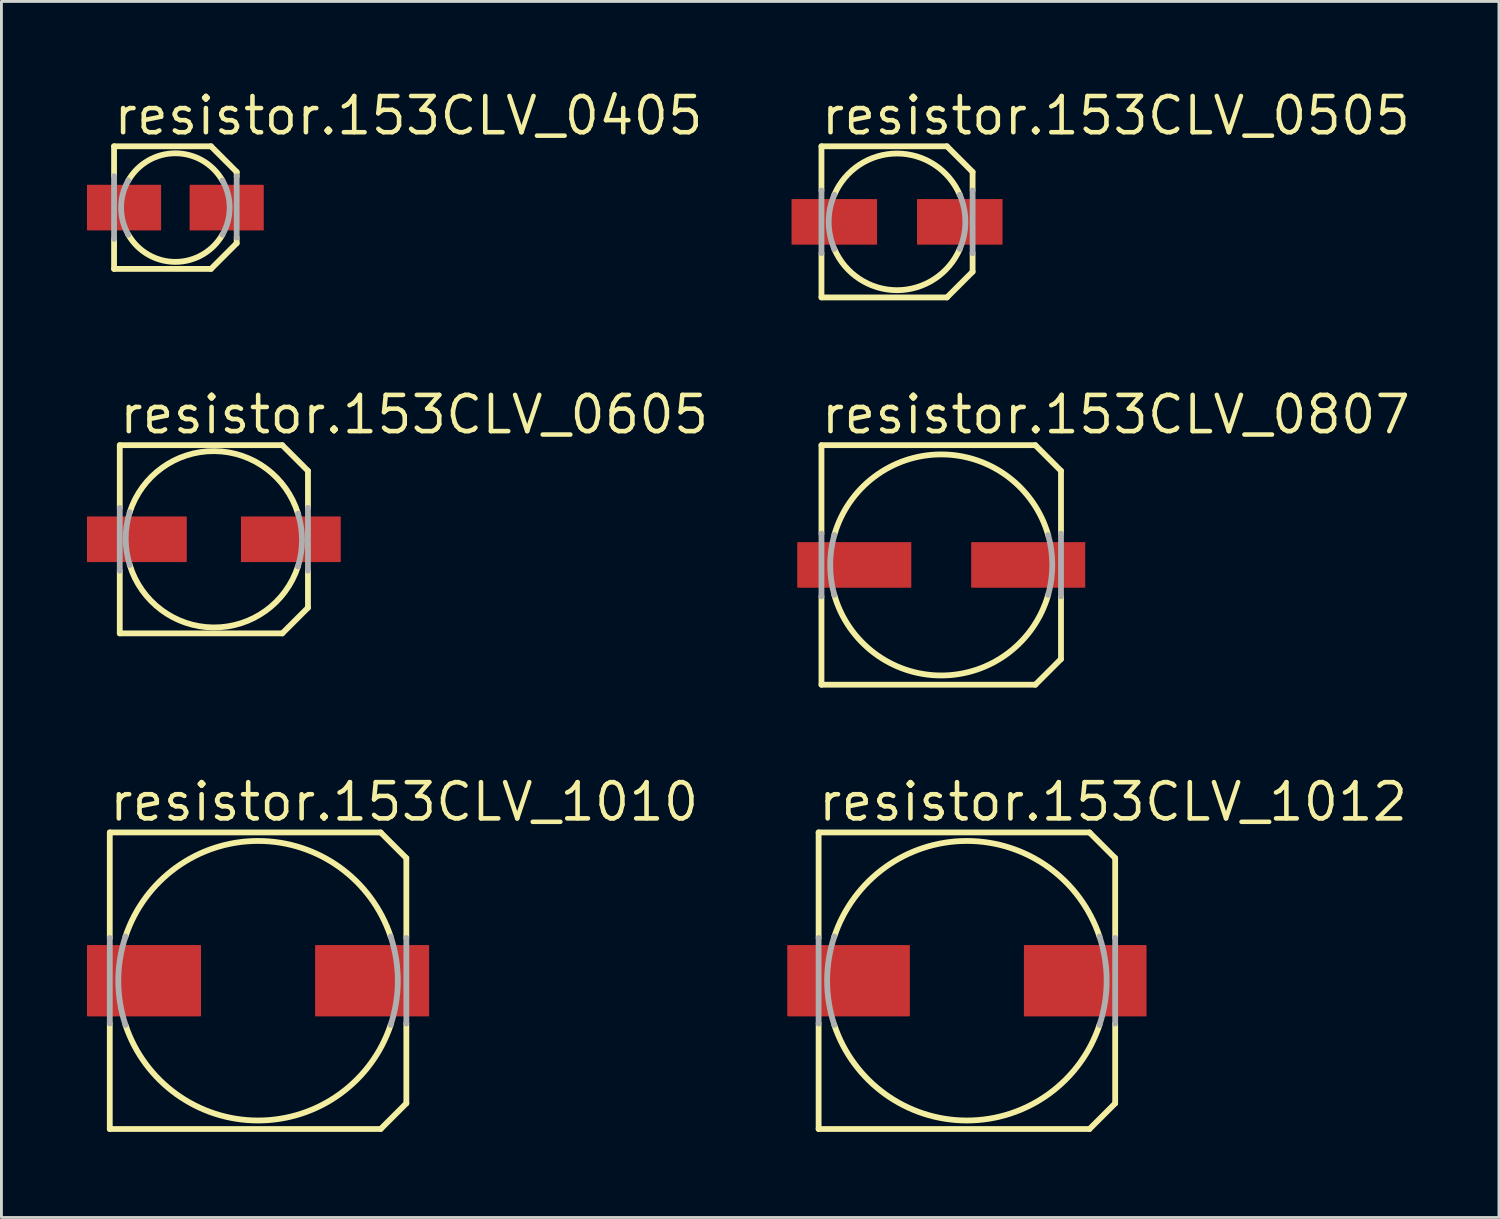
<source format=kicad_pcb>
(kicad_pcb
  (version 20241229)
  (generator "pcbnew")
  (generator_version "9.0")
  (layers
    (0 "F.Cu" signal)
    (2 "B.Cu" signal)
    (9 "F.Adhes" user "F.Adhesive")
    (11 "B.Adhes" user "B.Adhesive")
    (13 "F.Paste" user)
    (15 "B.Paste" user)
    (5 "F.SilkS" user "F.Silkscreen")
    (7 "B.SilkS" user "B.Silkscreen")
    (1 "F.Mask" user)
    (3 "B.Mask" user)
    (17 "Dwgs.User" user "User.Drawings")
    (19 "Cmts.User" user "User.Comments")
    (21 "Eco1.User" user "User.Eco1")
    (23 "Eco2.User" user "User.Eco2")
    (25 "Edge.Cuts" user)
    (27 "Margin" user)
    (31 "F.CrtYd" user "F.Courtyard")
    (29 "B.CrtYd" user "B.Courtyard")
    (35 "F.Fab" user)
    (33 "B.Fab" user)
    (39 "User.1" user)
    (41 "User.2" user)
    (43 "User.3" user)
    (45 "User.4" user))
  (footprint "resistor.153CLV_0405"
    (layer "F.Cu")
    (at 3.1 4.23)
    (property "Reference" "resistor.153CLV_0405" (at -2.24 -2.48 0) (layer "F.SilkS") (effects (font (size 1.27 1.27) (thickness 0.16)) (justify left bottom)))
    (attr smd)
    (fp_line (start -2.15 -2.15) (end 1.25 -2.15) (stroke (width 0.203) (type default)) (layer "F.SilkS"))
    (fp_line (start -2.15 -1.1) (end -2.15 -2.15) (stroke (width 0.203) (type default)) (layer "F.SilkS"))
    (fp_line (start -2.15 2.15) (end -2.15 1.1) (stroke (width 0.203) (type default)) (layer "F.SilkS"))
    (fp_line (start 1.25 -2.15) (end 2.15 -1.25) (stroke (width 0.203) (type default)) (layer "F.SilkS"))
    (fp_line (start 1.25 2.15) (end -2.15 2.15) (stroke (width 0.203) (type default)) (layer "F.SilkS"))
    (fp_line (start 2.15 -1.25) (end 2.15 -1.1) (stroke (width 0.203) (type default)) (layer "F.SilkS"))
    (fp_line (start 2.15 1.05) (end 2.15 1.25) (stroke (width 0.203) (type default)) (layer "F.SilkS"))
    (fp_line (start 2.15 1.25) (end 1.25 2.15) (stroke (width 0.203) (type default)) (layer "F.SilkS"))
    (fp_arc (start -1.65 -0.95) (mid 0 -1.903943) (end 1.65 -0.95) (stroke (width 0.2032) (type default)) (layer "F.SilkS"))
    (fp_arc (start 1.65 0.95) (mid 0 1.903943) (end -1.65 0.95) (stroke (width 0.2032) (type default)) (layer "F.SilkS"))
    (fp_line (start -2.15 1.1) (end -2.15 -1.1) (stroke (width 0.203) (type default)) (layer "F.Fab"))
    (fp_line (start 2.15 -1.1) (end 2.15 1.05) (stroke (width 0.203) (type default)) (layer "F.Fab"))
    (fp_arc (start -1.65 0.95) (mid -1.903943 0) (end -1.65 -0.95) (stroke (width 0.2032) (type default)) (layer "F.Fab"))
    (fp_arc (start 1.65 -0.95) (mid 1.903943 0) (end 1.65 0.95) (stroke (width 0.2032) (type default)) (layer "F.Fab"))
    (pad "+" smd roundrect (at 1.8 0) (size 2.6 1.6) (layers "F.Cu" "F.Mask" "F.Paste") (roundrect_rratio 0.01))
    (pad "-" smd roundrect (at -1.8 0) (size 2.6 1.6) (layers "F.Cu" "F.Mask" "F.Paste") (roundrect_rratio 0.01)))
  (footprint "resistor.153CLV_1010"
    (layer "F.Cu")
    (at 6 31.343)
    (property "Reference" "resistor.153CLV_1010" (at -5.29 -5.53 0) (layer "F.SilkS") (effects (font (size 1.27 1.27) (thickness 0.16)) (justify left bottom)))
    (attr smd)
    (fp_line (start -5.2 -5.2) (end 4.3 -5.2) (stroke (width 0.203) (type default)) (layer "F.SilkS"))
    (fp_line (start -5.2 -1.5) (end -5.2 -5.2) (stroke (width 0.203) (type default)) (layer "F.SilkS"))
    (fp_line (start -5.2 5.2) (end -5.2 1.5) (stroke (width 0.203) (type default)) (layer "F.SilkS"))
    (fp_line (start 4.3 -5.2) (end 5.2 -4.3) (stroke (width 0.203) (type default)) (layer "F.SilkS"))
    (fp_line (start 4.3 5.2) (end -5.2 5.2) (stroke (width 0.203) (type default)) (layer "F.SilkS"))
    (fp_line (start 5.2 -4.3) (end 5.2 -1.5) (stroke (width 0.203) (type default)) (layer "F.SilkS"))
    (fp_line (start 5.2 1.5) (end 5.2 4.3) (stroke (width 0.203) (type default)) (layer "F.SilkS"))
    (fp_line (start 5.2 4.3) (end 4.3 5.2) (stroke (width 0.203) (type default)) (layer "F.SilkS"))
    (fp_arc (start -4.65 -1.55) (mid 0 -4.90153) (end 4.65 -1.55) (stroke (width 0.2032) (type default)) (layer "F.SilkS"))
    (fp_arc (start 4.65 1.55) (mid 0 4.90153) (end -4.65 1.55) (stroke (width 0.2032) (type default)) (layer "F.SilkS"))
    (fp_line (start -5.2 1.5) (end -5.2 -1.5) (stroke (width 0.203) (type default)) (layer "F.Fab"))
    (fp_line (start 5.2 -1.5) (end 5.2 1.5) (stroke (width 0.203) (type default)) (layer "F.Fab"))
    (fp_arc (start -4.65 1.55) (mid -4.90153 0) (end -4.65 -1.55) (stroke (width 0.2032) (type default)) (layer "F.Fab"))
    (fp_arc (start 4.65 -1.55) (mid 4.90153 0) (end 4.65 1.55) (stroke (width 0.2032) (type default)) (layer "F.Fab"))
    (pad "+" smd roundrect (at 4 0) (size 4 2.5) (layers "F.Cu" "F.Mask" "F.Paste") (roundrect_rratio 0.01))
    (pad "-" smd roundrect (at -4 0) (size 4 2.5) (layers "F.Cu" "F.Mask" "F.Paste") (roundrect_rratio 0.01)))
  (footprint "resistor.153CLV_1012"
    (layer "F.Cu")
    (at 30.858 31.343)
    (property "Reference" "resistor.153CLV_1012" (at -5.29 -5.53 0) (layer "F.SilkS") (effects (font (size 1.27 1.27) (thickness 0.16)) (justify left bottom)))
    (attr smd)
    (fp_line (start -5.2 -5.2) (end 4.3 -5.2) (stroke (width 0.203) (type default)) (layer "F.SilkS"))
    (fp_line (start -5.2 -1.5) (end -5.2 -5.2) (stroke (width 0.203) (type default)) (layer "F.SilkS"))
    (fp_line (start -5.2 5.2) (end -5.2 1.5) (stroke (width 0.203) (type default)) (layer "F.SilkS"))
    (fp_line (start 4.3 -5.2) (end 5.2 -4.3) (stroke (width 0.203) (type default)) (layer "F.SilkS"))
    (fp_line (start 4.3 5.2) (end -5.2 5.2) (stroke (width 0.203) (type default)) (layer "F.SilkS"))
    (fp_line (start 5.2 -4.3) (end 5.2 -1.5) (stroke (width 0.203) (type default)) (layer "F.SilkS"))
    (fp_line (start 5.2 1.5) (end 5.2 4.3) (stroke (width 0.203) (type default)) (layer "F.SilkS"))
    (fp_line (start 5.2 4.3) (end 4.3 5.2) (stroke (width 0.203) (type default)) (layer "F.SilkS"))
    (fp_arc (start -4.65 -1.55) (mid 0 -4.90153) (end 4.65 -1.55) (stroke (width 0.2032) (type default)) (layer "F.SilkS"))
    (fp_arc (start 4.65 1.55) (mid 0 4.90153) (end -4.65 1.55) (stroke (width 0.2032) (type default)) (layer "F.SilkS"))
    (fp_line (start -5.2 1.5) (end -5.2 -1.5) (stroke (width 0.203) (type default)) (layer "F.Fab"))
    (fp_line (start 5.2 -1.5) (end 5.2 1.5) (stroke (width 0.203) (type default)) (layer "F.Fab"))
    (fp_arc (start -4.65 1.55) (mid -4.90153 0) (end -4.65 -1.55) (stroke (width 0.2032) (type default)) (layer "F.Fab"))
    (fp_arc (start 4.65 -1.55) (mid 4.90153 0) (end 4.65 1.55) (stroke (width 0.2032) (type default)) (layer "F.Fab"))
    (pad "+" smd roundrect (at 4.15 0) (size 4.3 2.5) (layers "F.Cu" "F.Mask" "F.Paste") (roundrect_rratio 0.01))
    (pad "-" smd roundrect (at -4.15 0) (size 4.3 2.5) (layers "F.Cu" "F.Mask" "F.Paste") (roundrect_rratio 0.01)))
  (footprint "resistor.153CLV_0807"
    (layer "F.Cu")
    (at 29.958 16.762)
    (property "Reference" "resistor.153CLV_0807" (at -4.29 -4.53 0) (layer "F.SilkS") (effects (font (size 1.27 1.27) (thickness 0.16)) (justify left bottom)))
    (attr smd)
    (fp_line (start -4.2 -4.2) (end 3.3 -4.2) (stroke (width 0.203) (type default)) (layer "F.SilkS"))
    (fp_line (start -4.2 -1.1) (end -4.2 -4.2) (stroke (width 0.203) (type default)) (layer "F.SilkS"))
    (fp_line (start -4.2 4.2) (end -4.2 1.1) (stroke (width 0.203) (type default)) (layer "F.SilkS"))
    (fp_line (start 3.3 -4.2) (end 4.2 -3.3) (stroke (width 0.203) (type default)) (layer "F.SilkS"))
    (fp_line (start 3.3 4.2) (end -4.2 4.2) (stroke (width 0.203) (type default)) (layer "F.SilkS"))
    (fp_line (start 4.2 -3.3) (end 4.2 -1.1) (stroke (width 0.203) (type default)) (layer "F.SilkS"))
    (fp_line (start 4.2 1.1) (end 4.2 3.3) (stroke (width 0.203) (type default)) (layer "F.SilkS"))
    (fp_line (start 4.2 3.3) (end 3.3 4.2) (stroke (width 0.203) (type default)) (layer "F.SilkS"))
    (fp_arc (start -3.75 -1.05) (mid 0 -3.876042) (end 3.75 -1.05) (stroke (width 0.2032) (type default)) (layer "F.SilkS"))
    (fp_arc (start 3.75 1.05) (mid 0 3.876042) (end -3.75 1.05) (stroke (width 0.2032) (type default)) (layer "F.SilkS"))
    (fp_line (start -4.2 1.1) (end -4.2 -1.1) (stroke (width 0.203) (type default)) (layer "F.Fab"))
    (fp_line (start 4.2 -1.1) (end 4.2 1.1) (stroke (width 0.203) (type default)) (layer "F.Fab"))
    (fp_arc (start -3.75 1.05) (mid -3.894226 0) (end -3.75 -1.05) (stroke (width 0.2032) (type default)) (layer "F.Fab"))
    (fp_arc (start 3.75 -1.05) (mid 3.894226 0) (end 3.75 1.05) (stroke (width 0.2032) (type default)) (layer "F.Fab"))
    (pad "+" smd roundrect (at 3.05 0) (size 4 1.6) (layers "F.Cu" "F.Mask" "F.Paste") (roundrect_rratio 0.01))
    (pad "-" smd roundrect (at -3.05 0) (size 4 1.6) (layers "F.Cu" "F.Mask" "F.Paste") (roundrect_rratio 0.01)))
  (footprint "resistor.153CLV_0605"
    (layer "F.Cu")
    (at 4.45 15.862)
    (property "Reference" "resistor.153CLV_0605" (at -3.39 -3.63 0) (layer "F.SilkS") (effects (font (size 1.27 1.27) (thickness 0.16)) (justify left bottom)))
    (attr smd)
    (fp_line (start -3.3 -3.3) (end 2.4 -3.3) (stroke (width 0.203) (type default)) (layer "F.SilkS"))
    (fp_line (start -3.3 -1.1) (end -3.3 -3.3) (stroke (width 0.203) (type default)) (layer "F.SilkS"))
    (fp_line (start -3.3 3.3) (end -3.3 1.1) (stroke (width 0.203) (type default)) (layer "F.SilkS"))
    (fp_line (start 2.4 -3.3) (end 3.3 -2.4) (stroke (width 0.203) (type default)) (layer "F.SilkS"))
    (fp_line (start 2.4 3.3) (end -3.3 3.3) (stroke (width 0.203) (type default)) (layer "F.SilkS"))
    (fp_line (start 3.3 -2.4) (end 3.3 -1.1) (stroke (width 0.203) (type default)) (layer "F.SilkS"))
    (fp_line (start 3.3 1.1) (end 3.3 2.4) (stroke (width 0.203) (type default)) (layer "F.SilkS"))
    (fp_line (start 3.3 2.4) (end 2.4 3.3) (stroke (width 0.203) (type default)) (layer "F.SilkS"))
    (fp_arc (start -2.95 -0.95) (mid 0.018361 -3.091622) (end 2.95 -0.9) (stroke (width 0.2032) (type default)) (layer "F.SilkS"))
    (fp_arc (start 2.95 0.95) (mid -0.018361 3.091622) (end -2.95 0.9) (stroke (width 0.2032) (type default)) (layer "F.SilkS"))
    (fp_line (start -3.3 1.1) (end -3.3 -1.1) (stroke (width 0.203) (type default)) (layer "F.Fab"))
    (fp_line (start 3.3 -1.1) (end 3.3 1.1) (stroke (width 0.203) (type default)) (layer "F.Fab"))
    (fp_arc (start -2.95 0.9) (mid -3.091622 -0.025) (end -2.95 -0.95) (stroke (width 0.2032) (type default)) (layer "F.Fab"))
    (fp_arc (start 2.95 -0.9) (mid 3.091622 0.025) (end 2.95 0.95) (stroke (width 0.2032) (type default)) (layer "F.Fab"))
    (pad "+" smd roundrect (at 2.7 0) (size 3.5 1.6) (layers "F.Cu" "F.Mask" "F.Paste") (roundrect_rratio 0.01))
    (pad "-" smd roundrect (at -2.7 0) (size 3.5 1.6) (layers "F.Cu" "F.Mask" "F.Paste") (roundrect_rratio 0.01)))
  (footprint "resistor.153CLV_0505"
    (layer "F.Cu")
    (at 28.408 4.73)
    (property "Reference" "resistor.153CLV_0505" (at -2.74 -2.98 0) (layer "F.SilkS") (effects (font (size 1.27 1.27) (thickness 0.16)) (justify left bottom)))
    (attr smd)
    (fp_line (start -2.65 -2.65) (end 1.75 -2.65) (stroke (width 0.203) (type default)) (layer "F.SilkS"))
    (fp_line (start -2.65 -1.1) (end -2.65 -2.65) (stroke (width 0.203) (type default)) (layer "F.SilkS"))
    (fp_line (start -2.65 2.65) (end -2.65 1.1) (stroke (width 0.203) (type default)) (layer "F.SilkS"))
    (fp_line (start 1.75 -2.65) (end 2.65 -1.75) (stroke (width 0.203) (type default)) (layer "F.SilkS"))
    (fp_line (start 1.75 2.65) (end -2.65 2.65) (stroke (width 0.203) (type default)) (layer "F.SilkS"))
    (fp_line (start 2.65 -1.75) (end 2.65 -1.1) (stroke (width 0.203) (type default)) (layer "F.SilkS"))
    (fp_line (start 2.65 1.1) (end 2.65 1.75) (stroke (width 0.203) (type default)) (layer "F.SilkS"))
    (fp_line (start 2.65 1.75) (end 1.75 2.65) (stroke (width 0.203) (type default)) (layer "F.SilkS"))
    (fp_arc (start -2.2 -0.95) (mid 0 -2.396351) (end 2.2 -0.95) (stroke (width 0.2032) (type default)) (layer "F.SilkS"))
    (fp_arc (start 2.2 0.95) (mid 0 2.396351) (end -2.2 0.95) (stroke (width 0.2032) (type default)) (layer "F.SilkS"))
    (fp_line (start -2.65 1.1) (end -2.65 -1.1) (stroke (width 0.203) (type default)) (layer "F.Fab"))
    (fp_line (start 2.65 -1.1) (end 2.65 1.1) (stroke (width 0.203) (type default)) (layer "F.Fab"))
    (fp_arc (start -2.2 0.95) (mid -2.396351 0) (end -2.2 -0.95) (stroke (width 0.2032) (type default)) (layer "F.Fab"))
    (fp_arc (start 2.2 -0.95) (mid 2.396351 0) (end 2.2 0.95) (stroke (width 0.2032) (type default)) (layer "F.Fab"))
    (pad "+" smd roundrect (at 2.2 0) (size 3 1.6) (layers "F.Cu" "F.Mask" "F.Paste") (roundrect_rratio 0.01))
    (pad "-" smd roundrect (at -2.2 0) (size 3 1.6) (layers "F.Cu" "F.Mask" "F.Paste") (roundrect_rratio 0.01)))
  (gr_rect
    (start -3 -3)
    (end 49.517 39.645)
    (stroke (width 0.1) (type default))
    (fill no)
    (layer "Edge.Cuts")))
</source>
